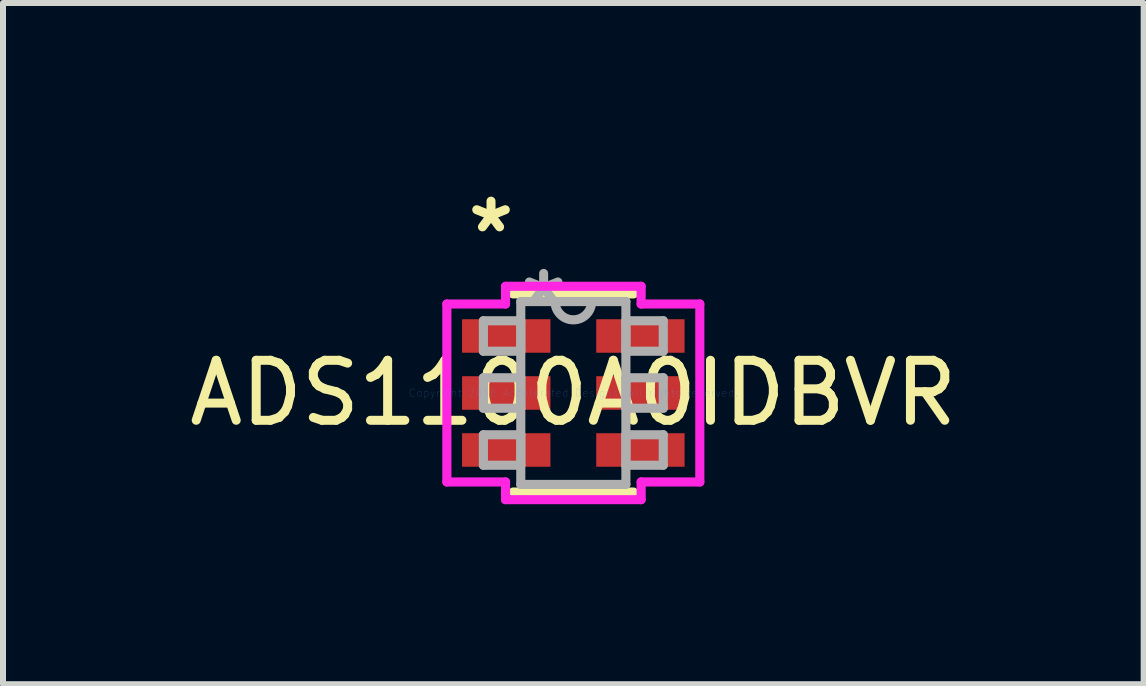
<source format=kicad_pcb>
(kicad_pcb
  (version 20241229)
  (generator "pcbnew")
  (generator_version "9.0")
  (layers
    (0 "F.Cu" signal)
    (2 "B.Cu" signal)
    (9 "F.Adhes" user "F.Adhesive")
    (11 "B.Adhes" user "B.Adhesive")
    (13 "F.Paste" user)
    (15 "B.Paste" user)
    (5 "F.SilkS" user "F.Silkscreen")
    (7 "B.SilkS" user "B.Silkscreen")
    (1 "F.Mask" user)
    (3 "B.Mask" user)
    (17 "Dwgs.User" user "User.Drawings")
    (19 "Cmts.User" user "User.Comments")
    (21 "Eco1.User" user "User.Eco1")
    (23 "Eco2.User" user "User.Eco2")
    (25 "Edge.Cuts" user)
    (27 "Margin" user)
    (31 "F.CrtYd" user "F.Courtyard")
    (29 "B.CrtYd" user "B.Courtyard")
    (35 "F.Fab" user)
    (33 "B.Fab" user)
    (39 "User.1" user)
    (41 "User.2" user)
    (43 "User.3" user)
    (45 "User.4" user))
  (footprint "ADS1100A0IDBVR"
    (layer "F.Cu")
    (at 6.506 3.5)
    (property "Reference" "ADS1100A0IDBVR" (at 0 0 0) (layer "F.SilkS") (effects (font (size 1 1) (thickness 0.15))))
    (attr through_hole)
    (fp_line (start -1.003 1.651) (end 1.003 1.651) (stroke (width 0.152) (type solid)) (layer "F.SilkS"))
    (fp_line (start 1.003 -1.651) (end -1.003 -1.651) (stroke (width 0.152) (type solid)) (layer "F.SilkS"))
    (fp_line (start -2.108 -1.483) (end -1.13 -1.483) (stroke (width 0.152) (type solid)) (layer "F.CrtYd"))
    (fp_line (start -2.108 1.483) (end -2.108 -1.483) (stroke (width 0.152) (type solid)) (layer "F.CrtYd"))
    (fp_line (start -1.13 -1.778) (end 1.13 -1.778) (stroke (width 0.152) (type solid)) (layer "F.CrtYd"))
    (fp_line (start -1.13 -1.483) (end -1.13 -1.778) (stroke (width 0.152) (type solid)) (layer "F.CrtYd"))
    (fp_line (start -1.13 1.483) (end -2.108 1.483) (stroke (width 0.152) (type solid)) (layer "F.CrtYd"))
    (fp_line (start -1.13 1.778) (end -1.13 1.483) (stroke (width 0.152) (type solid)) (layer "F.CrtYd"))
    (fp_line (start 1.13 -1.778) (end 1.13 -1.483) (stroke (width 0.152) (type solid)) (layer "F.CrtYd"))
    (fp_line (start 1.13 -1.483) (end 2.108 -1.483) (stroke (width 0.152) (type solid)) (layer "F.CrtYd"))
    (fp_line (start 1.13 1.483) (end 1.13 1.778) (stroke (width 0.152) (type solid)) (layer "F.CrtYd"))
    (fp_line (start 1.13 1.778) (end -1.13 1.778) (stroke (width 0.152) (type solid)) (layer "F.CrtYd"))
    (fp_line (start 2.108 -1.483) (end 2.108 1.483) (stroke (width 0.152) (type solid)) (layer "F.CrtYd"))
    (fp_line (start 2.108 1.483) (end 1.13 1.483) (stroke (width 0.152) (type solid)) (layer "F.CrtYd"))
    (fp_line (start -1.499 -1.204) (end -1.499 -0.696) (stroke (width 0.152) (type solid)) (layer "F.Fab"))
    (fp_line (start -1.499 -0.696) (end -0.876 -0.696) (stroke (width 0.152) (type solid)) (layer "F.Fab"))
    (fp_line (start -1.499 -0.254) (end -1.499 0.254) (stroke (width 0.152) (type solid)) (layer "F.Fab"))
    (fp_line (start -1.499 0.254) (end -0.876 0.254) (stroke (width 0.152) (type solid)) (layer "F.Fab"))
    (fp_line (start -1.499 0.696) (end -1.499 1.204) (stroke (width 0.152) (type solid)) (layer "F.Fab"))
    (fp_line (start -1.499 1.204) (end -0.876 1.204) (stroke (width 0.152) (type solid)) (layer "F.Fab"))
    (fp_line (start -0.876 -1.524) (end -0.876 1.524) (stroke (width 0.152) (type solid)) (layer "F.Fab"))
    (fp_line (start -0.876 -1.204) (end -1.499 -1.204) (stroke (width 0.152) (type solid)) (layer "F.Fab"))
    (fp_line (start -0.876 -0.696) (end -0.876 -1.204) (stroke (width 0.152) (type solid)) (layer "F.Fab"))
    (fp_line (start -0.876 -0.254) (end -1.499 -0.254) (stroke (width 0.152) (type solid)) (layer "F.Fab"))
    (fp_line (start -0.876 0.254) (end -0.876 -0.254) (stroke (width 0.152) (type solid)) (layer "F.Fab"))
    (fp_line (start -0.876 0.696) (end -1.499 0.696) (stroke (width 0.152) (type solid)) (layer "F.Fab"))
    (fp_line (start -0.876 1.204) (end -0.876 0.696) (stroke (width 0.152) (type solid)) (layer "F.Fab"))
    (fp_line (start -0.876 1.524) (end 0.876 1.524) (stroke (width 0.152) (type solid)) (layer "F.Fab"))
    (fp_line (start 0.876 -1.524) (end -0.876 -1.524) (stroke (width 0.152) (type solid)) (layer "F.Fab"))
    (fp_line (start 0.876 -1.204) (end 0.876 -0.696) (stroke (width 0.152) (type solid)) (layer "F.Fab"))
    (fp_line (start 0.876 -0.696) (end 1.499 -0.696) (stroke (width 0.152) (type solid)) (layer "F.Fab"))
    (fp_line (start 0.876 -0.254) (end 0.876 0.254) (stroke (width 0.152) (type solid)) (layer "F.Fab"))
    (fp_line (start 0.876 0.254) (end 1.499 0.254) (stroke (width 0.152) (type solid)) (layer "F.Fab"))
    (fp_line (start 0.876 0.696) (end 0.876 1.204) (stroke (width 0.152) (type solid)) (layer "F.Fab"))
    (fp_line (start 0.876 1.204) (end 1.499 1.204) (stroke (width 0.152) (type solid)) (layer "F.Fab"))
    (fp_line (start 0.876 1.524) (end 0.876 -1.524) (stroke (width 0.152) (type solid)) (layer "F.Fab"))
    (fp_line (start 1.499 -1.204) (end 0.876 -1.204) (stroke (width 0.152) (type solid)) (layer "F.Fab"))
    (fp_line (start 1.499 -0.696) (end 1.499 -1.204) (stroke (width 0.152) (type solid)) (layer "F.Fab"))
    (fp_line (start 1.499 -0.254) (end 0.876 -0.254) (stroke (width 0.152) (type solid)) (layer "F.Fab"))
    (fp_line (start 1.499 0.254) (end 1.499 -0.254) (stroke (width 0.152) (type solid)) (layer "F.Fab"))
    (fp_line (start 1.499 0.696) (end 0.876 0.696) (stroke (width 0.152) (type solid)) (layer "F.Fab"))
    (fp_line (start 1.499 1.204) (end 1.499 0.696) (stroke (width 0.152) (type solid)) (layer "F.Fab"))
    (fp_arc (start 0.3048 -1.524) (mid 0 -1.2192) (end -0.3048 -1.524) (stroke (width 0.1524) (type solid)) (layer "F.Fab"))
    (fp_text user "*" (at -1.372 -2.652 0) (layer "F.SilkS") (effects (font (size 1 1) (thickness 0.15))))
    (fp_text user "Copyright 2016 Accelerated Designs. All rights reserved." (at 0 0 0) (layer "Cmts.User") (effects (font (size 0.127 0.127) (thickness 0.002))))
    (fp_text user "*" (at -0.495 -1.448 0) (layer "F.Fab") (effects (font (size 1 1) (thickness 0.15))))
    (pad "1" smd rect (at -1.118 -0.95) (size 1.473 0.559) (layers "F.Cu" "F.Mask" "F.Paste"))
    (pad "2" smd rect (at -1.118 0) (size 1.473 0.559) (layers "F.Cu" "F.Mask" "F.Paste"))
    (pad "3" smd rect (at -1.118 0.95) (size 1.473 0.559) (layers "F.Cu" "F.Mask" "F.Paste"))
    (pad "4" smd rect (at 1.118 0.95) (size 1.473 0.559) (layers "F.Cu" "F.Mask" "F.Paste"))
    (pad "5" smd rect (at 1.118 0) (size 1.473 0.559) (layers "F.Cu" "F.Mask" "F.Paste"))
    (pad "6" smd rect (at 1.118 -0.95) (size 1.473 0.559) (layers "F.Cu" "F.Mask" "F.Paste")))
  (gr_rect
    (start -3 -3)
    (end 16.012 8.354)
    (stroke (width 0.1) (type default))
    (fill no)
    (layer "Edge.Cuts")))
</source>
